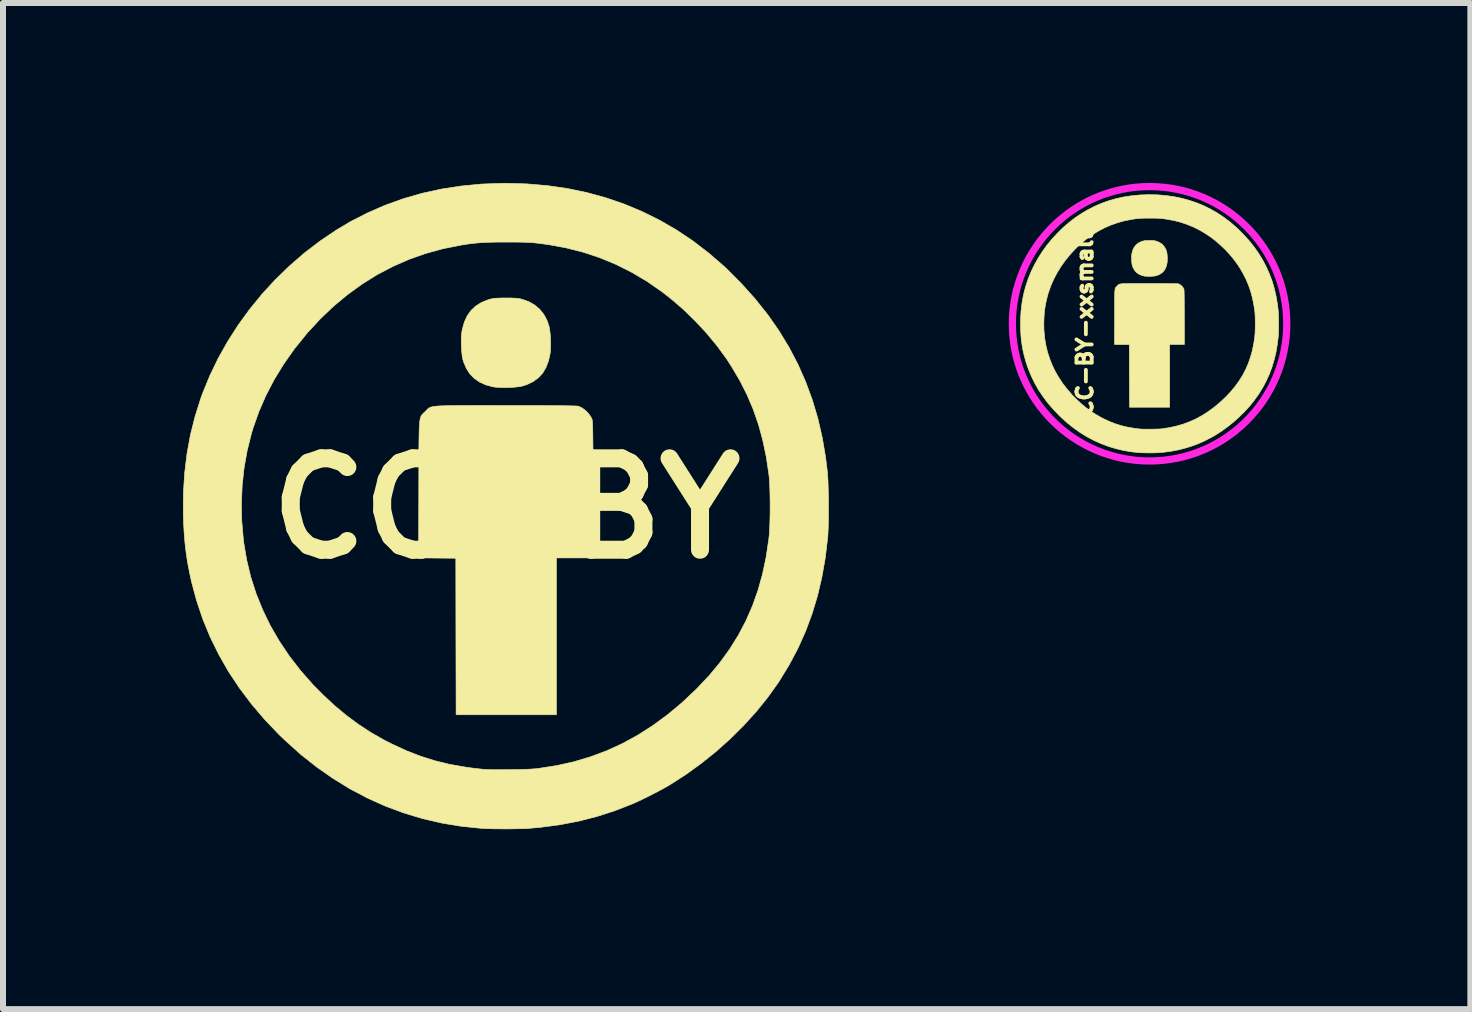
<source format=kicad_pcb>
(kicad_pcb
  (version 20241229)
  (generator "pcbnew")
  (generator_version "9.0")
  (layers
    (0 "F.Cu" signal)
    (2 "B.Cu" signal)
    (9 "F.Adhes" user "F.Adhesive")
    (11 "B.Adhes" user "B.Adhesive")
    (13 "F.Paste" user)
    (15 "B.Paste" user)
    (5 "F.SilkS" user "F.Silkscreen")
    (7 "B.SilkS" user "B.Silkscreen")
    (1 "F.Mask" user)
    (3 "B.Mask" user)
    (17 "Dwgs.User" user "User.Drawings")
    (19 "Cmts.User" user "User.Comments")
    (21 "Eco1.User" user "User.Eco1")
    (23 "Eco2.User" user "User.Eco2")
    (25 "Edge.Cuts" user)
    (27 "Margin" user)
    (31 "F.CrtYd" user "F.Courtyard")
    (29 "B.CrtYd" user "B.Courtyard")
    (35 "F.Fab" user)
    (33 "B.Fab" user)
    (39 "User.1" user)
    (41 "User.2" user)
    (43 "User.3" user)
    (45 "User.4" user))
  (footprint "CC-BY-xxsmall"
    (layer "F.Cu")
    (at 16.112 2.362)
    (property "Reference" "CC-BY-xxsmall" (at -1.079 -0.015 90) (layer "F.SilkS") (effects (font (size 0.254 0.254) (thickness 0.064))))
    (attr through_hole)
    (fp_poly (pts (xy 0.027 -1.403) (xy 0.05 -1.402) (xy 0.068 -1.401) (xy 0.082 -1.399) (xy 0.095 -1.397) (xy 0.106 -1.394) (xy 0.151 -1.377) (xy 0.191 -1.355) (xy 0.224 -1.326) (xy 0.251 -1.292) (xy 0.272 -1.252) (xy 0.286 -1.211) (xy 0.29 -1.189) (xy 0.293 -1.162) (xy 0.295 -1.131) (xy 0.296 -1.099) (xy 0.295 -1.069) (xy 0.294 -1.043) (xy 0.292 -1.033) (xy 0.282 -0.984) (xy 0.265 -0.94) (xy 0.243 -0.903) (xy 0.215 -0.872) (xy 0.18 -0.846) (xy 0.139 -0.826) (xy 0.106 -0.815) (xy 0.087 -0.811) (xy 0.063 -0.809) (xy 0.034 -0.807) (xy 0.004 -0.806) (xy -0.027 -0.806) (xy -0.055 -0.807) (xy -0.078 -0.809) (xy -0.089 -0.81) (xy -0.137 -0.824) (xy -0.178 -0.842) (xy -0.214 -0.867) (xy -0.243 -0.897) (xy -0.266 -0.933) (xy -0.284 -0.975) (xy -0.29 -0.995) (xy -0.294 -1.017) (xy -0.297 -1.046) (xy -0.299 -1.084) (xy -0.299 -1.088) (xy -0.3 -1.116) (xy -0.3 -1.138) (xy -0.299 -1.157) (xy -0.297 -1.174) (xy -0.293 -1.192) (xy -0.293 -1.195) (xy -0.28 -1.242) (xy -0.26 -1.284) (xy -0.235 -1.319) (xy -0.204 -1.349) (xy -0.167 -1.372) (xy -0.124 -1.39) (xy -0.111 -1.394) (xy -0.097 -1.397) (xy -0.084 -1.4) (xy -0.069 -1.401) (xy -0.05 -1.402) (xy -0.027 -1.403) (xy -0.002 -1.403) (xy 0.027 -1.403)) (stroke (width 0.01) (type solid)) (fill yes) (layer "F.SilkS"))
    (fp_poly (pts (xy -0.102 -0.686) (xy -0.03 -0.686) (xy -0.005 -0.686) (xy 0.078 -0.686) (xy 0.154 -0.686) (xy 0.222 -0.685) (xy 0.282 -0.685) (xy 0.334 -0.685) (xy 0.379 -0.684) (xy 0.415 -0.684) (xy 0.444 -0.683) (xy 0.464 -0.683) (xy 0.476 -0.682) (xy 0.479 -0.681) (xy 0.502 -0.671) (xy 0.525 -0.655) (xy 0.546 -0.634) (xy 0.563 -0.611) (xy 0.572 -0.593) (xy 0.573 -0.59) (xy 0.574 -0.583) (xy 0.574 -0.574) (xy 0.575 -0.561) (xy 0.576 -0.544) (xy 0.576 -0.523) (xy 0.577 -0.497) (xy 0.577 -0.466) (xy 0.578 -0.429) (xy 0.578 -0.386) (xy 0.578 -0.336) (xy 0.578 -0.279) (xy 0.579 -0.215) (xy 0.579 -0.143) (xy 0.579 -0.124) (xy 0.58 0.33) (xy 0.334 0.33) (xy 0.334 1.376) (xy -0.334 1.376) (xy -0.337 0.332) (xy -0.46 0.331) (xy -0.584 0.33) (xy -0.583 -0.124) (xy -0.583 -0.198) (xy -0.583 -0.264) (xy -0.583 -0.322) (xy -0.583 -0.374) (xy -0.582 -0.419) (xy -0.582 -0.458) (xy -0.581 -0.491) (xy -0.581 -0.519) (xy -0.58 -0.543) (xy -0.578 -0.563) (xy -0.577 -0.579) (xy -0.575 -0.592) (xy -0.572 -0.603) (xy -0.569 -0.611) (xy -0.566 -0.618) (xy -0.562 -0.624) (xy -0.558 -0.629) (xy -0.553 -0.634) (xy -0.547 -0.639) (xy -0.541 -0.645) (xy -0.54 -0.646) (xy -0.534 -0.652) (xy -0.529 -0.657) (xy -0.525 -0.662) (xy -0.52 -0.666) (xy -0.514 -0.67) (xy -0.508 -0.673) (xy -0.499 -0.676) (xy -0.489 -0.678) (xy -0.476 -0.68) (xy -0.461 -0.682) (xy -0.441 -0.683) (xy -0.418 -0.684) (xy -0.39 -0.685) (xy -0.357 -0.685) (xy -0.319 -0.686) (xy -0.275 -0.686) (xy -0.225 -0.686) (xy -0.167 -0.686) (xy -0.102 -0.686)) (stroke (width 0.01) (type solid)) (fill yes) (layer "F.SilkS"))
    (fp_poly (pts (xy 0.139 -2.164) (xy 0.276 -2.152) (xy 0.41 -2.133) (xy 0.54 -2.106) (xy 0.667 -2.071) (xy 0.79 -2.029) (xy 0.91 -1.979) (xy 1.026 -1.921) (xy 1.138 -1.856) (xy 1.247 -1.783) (xy 1.352 -1.703) (xy 1.453 -1.615) (xy 1.474 -1.595) (xy 1.572 -1.497) (xy 1.663 -1.396) (xy 1.745 -1.292) (xy 1.82 -1.185) (xy 1.887 -1.075) (xy 1.946 -0.962) (xy 1.998 -0.845) (xy 2.043 -0.725) (xy 2.08 -0.6) (xy 2.109 -0.472) (xy 2.132 -0.339) (xy 2.143 -0.244) (xy 2.146 -0.215) (xy 2.147 -0.179) (xy 2.149 -0.138) (xy 2.15 -0.093) (xy 2.151 -0.046) (xy 2.151 0.002) (xy 2.151 0.049) (xy 2.15 0.093) (xy 2.149 0.134) (xy 2.147 0.169) (xy 2.145 0.197) (xy 2.129 0.331) (xy 2.107 0.46) (xy 2.077 0.584) (xy 2.041 0.704) (xy 1.998 0.82) (xy 1.947 0.933) (xy 1.89 1.042) (xy 1.825 1.148) (xy 1.813 1.166) (xy 1.744 1.262) (xy 1.668 1.357) (xy 1.584 1.449) (xy 1.495 1.537) (xy 1.4 1.622) (xy 1.301 1.701) (xy 1.199 1.775) (xy 1.094 1.842) (xy 1.087 1.847) (xy 1.058 1.863) (xy 1.024 1.882) (xy 0.987 1.901) (xy 0.948 1.921) (xy 0.91 1.94) (xy 0.875 1.956) (xy 0.846 1.969) (xy 0.845 1.97) (xy 0.727 2.016) (xy 0.607 2.054) (xy 0.484 2.086) (xy 0.359 2.11) (xy 0.229 2.127) (xy 0.15 2.133) (xy 0.12 2.135) (xy 0.084 2.136) (xy 0.043 2.137) (xy -0.000039 2.137) (xy -0.044 2.137) (xy -0.085 2.136) (xy -0.124 2.135) (xy -0.156 2.134) (xy -0.165 2.133) (xy -0.298 2.12) (xy -0.428 2.098) (xy -0.556 2.068) (xy -0.681 2.031) (xy -0.803 1.985) (xy -0.922 1.932) (xy -1.038 1.871) (xy -1.151 1.802) (xy -1.261 1.725) (xy -1.368 1.64) (xy -1.471 1.548) (xy -1.513 1.507) (xy -1.609 1.406) (xy -1.698 1.303) (xy -1.778 1.196) (xy -1.851 1.086) (xy -1.915 0.973) (xy -1.972 0.856) (xy -2.021 0.737) (xy -2.063 0.614) (xy -2.097 0.487) (xy -2.11 0.427) (xy -2.122 0.361) (xy -2.132 0.297) (xy -2.14 0.233) (xy -2.145 0.166) (xy -2.149 0.095) (xy -2.151 0.034) (xy -2.151 -0.035) (xy -1.763 -0.035) (xy -1.761 0.085) (xy -1.751 0.204) (xy -1.748 0.229) (xy -1.728 0.344) (xy -1.701 0.458) (xy -1.665 0.568) (xy -1.622 0.677) (xy -1.571 0.782) (xy -1.511 0.885) (xy -1.444 0.985) (xy -1.369 1.081) (xy -1.287 1.175) (xy -1.22 1.242) (xy -1.142 1.315) (xy -1.064 1.38) (xy -0.985 1.439) (xy -0.902 1.493) (xy -0.816 1.542) (xy -0.762 1.571) (xy -0.666 1.615) (xy -0.571 1.652) (xy -0.476 1.682) (xy -0.378 1.706) (xy -0.276 1.724) (xy -0.226 1.731) (xy -0.2 1.734) (xy -0.178 1.737) (xy -0.159 1.739) (xy -0.141 1.74) (xy -0.123 1.741) (xy -0.104 1.742) (xy -0.082 1.742) (xy -0.056 1.742) (xy -0.025 1.742) (xy 0.014 1.742) (xy 0.026 1.742) (xy 0.077 1.741) (xy 0.12 1.74) (xy 0.157 1.739) (xy 0.188 1.737) (xy 0.214 1.734) (xy 0.218 1.734) (xy 0.337 1.715) (xy 0.452 1.689) (xy 0.564 1.656) (xy 0.672 1.616) (xy 0.777 1.568) (xy 0.879 1.512) (xy 0.979 1.448) (xy 1.076 1.377) (xy 1.172 1.297) (xy 1.265 1.21) (xy 1.275 1.2) (xy 1.355 1.115) (xy 1.427 1.028) (xy 1.492 0.938) (xy 1.55 0.846) (xy 1.6 0.75) (xy 1.644 0.651) (xy 1.68 0.547) (xy 1.711 0.439) (xy 1.735 0.325) (xy 1.753 0.206) (xy 1.754 0.199) (xy 1.756 0.17) (xy 1.759 0.135) (xy 1.76 0.094) (xy 1.761 0.05) (xy 1.762 0.003) (xy 1.762 -0.044) (xy 1.761 -0.09) (xy 1.76 -0.133) (xy 1.758 -0.173) (xy 1.756 -0.206) (xy 1.754 -0.224) (xy 1.736 -0.341) (xy 1.713 -0.452) (xy 1.684 -0.558) (xy 1.649 -0.66) (xy 1.607 -0.758) (xy 1.558 -0.854) (xy 1.503 -0.949) (xy 1.471 -0.997) (xy 1.408 -1.084) (xy 1.338 -1.169) (xy 1.262 -1.251) (xy 1.181 -1.328) (xy 1.097 -1.4) (xy 1.042 -1.444) (xy 0.943 -1.512) (xy 0.841 -1.573) (xy 0.735 -1.626) (xy 0.627 -1.671) (xy 0.516 -1.708) (xy 0.402 -1.737) (xy 0.297 -1.756) (xy 0.261 -1.762) (xy 0.231 -1.766) (xy 0.203 -1.769) (xy 0.177 -1.772) (xy 0.15 -1.773) (xy 0.122 -1.775) (xy 0.09 -1.775) (xy 0.053 -1.776) (xy 0.009 -1.776) (xy 0.002 -1.776) (xy -0.048 -1.776) (xy -0.091 -1.775) (xy -0.129 -1.774) (xy -0.163 -1.772) (xy -0.195 -1.769) (xy -0.227 -1.766) (xy -0.26 -1.761) (xy -0.296 -1.756) (xy -0.304 -1.754) (xy -0.422 -1.731) (xy -0.536 -1.699) (xy -0.647 -1.66) (xy -0.754 -1.613) (xy -0.858 -1.558) (xy -0.958 -1.496) (xy -1.055 -1.426) (xy -1.148 -1.349) (xy -1.237 -1.264) (xy -1.323 -1.171) (xy -1.331 -1.162) (xy -1.41 -1.064) (xy -1.481 -0.963) (xy -1.545 -0.859) (xy -1.6 -0.753) (xy -1.647 -0.645) (xy -1.686 -0.534) (xy -1.698 -0.496) (xy -1.725 -0.385) (xy -1.746 -0.271) (xy -1.758 -0.154) (xy -1.763 -0.035) (xy -2.151 -0.035) (xy -2.15 -0.103) (xy -2.142 -0.235) (xy -2.126 -0.365) (xy -2.103 -0.491) (xy -2.072 -0.615) (xy -2.033 -0.736) (xy -2.023 -0.765) (xy -1.975 -0.883) (xy -1.919 -0.999) (xy -1.855 -1.113) (xy -1.785 -1.223) (xy -1.708 -1.329) (xy -1.624 -1.43) (xy -1.535 -1.527) (xy -1.441 -1.619) (xy -1.341 -1.704) (xy -1.238 -1.784) (xy -1.13 -1.856) (xy -1.037 -1.911) (xy -0.923 -1.97) (xy -0.805 -2.021) (xy -0.684 -2.065) (xy -0.559 -2.101) (xy -0.431 -2.129) (xy -0.299 -2.149) (xy -0.164 -2.162) (xy -0.026 -2.167) (xy -0.002 -2.167) (xy 0.139 -2.164)) (stroke (width 0.01) (type solid)) (fill yes) (layer "F.SilkS"))
    (fp_circle (center 0 -0.015) (end -0.064 2.271) (stroke (width 0.12) (type solid)) (fill no) (layer "F.CrtYd")))
  (footprint "CC-BY"
    (layer "F.Cu")
    (at 5.389 5.424)
    (property "Reference" "CC-BY" (at 0 0 0) (layer "F.SilkS") (effects (font (size 1.524 1.524) (thickness 0.3))))
    (attr through_hole)
    (fp_poly (pts (xy 0.068 -3.507) (xy 0.124 -3.505) (xy 0.169 -3.502) (xy 0.205 -3.498) (xy 0.238 -3.492) (xy 0.266 -3.485) (xy 0.379 -3.444) (xy 0.477 -3.387) (xy 0.56 -3.316) (xy 0.628 -3.23) (xy 0.681 -3.13) (xy 0.715 -3.027) (xy 0.724 -2.973) (xy 0.732 -2.904) (xy 0.737 -2.827) (xy 0.739 -2.748) (xy 0.738 -2.672) (xy 0.734 -2.607) (xy 0.731 -2.583) (xy 0.704 -2.459) (xy 0.663 -2.351) (xy 0.608 -2.257) (xy 0.537 -2.179) (xy 0.45 -2.115) (xy 0.348 -2.065) (xy 0.265 -2.038) (xy 0.219 -2.029) (xy 0.157 -2.022) (xy 0.085 -2.017) (xy 0.009 -2.014) (xy -0.067 -2.014) (xy -0.136 -2.017) (xy -0.194 -2.022) (xy -0.222 -2.026) (xy -0.342 -2.059) (xy -0.446 -2.106) (xy -0.534 -2.167) (xy -0.607 -2.242) (xy -0.665 -2.332) (xy -0.71 -2.438) (xy -0.725 -2.487) (xy -0.735 -2.541) (xy -0.743 -2.616) (xy -0.748 -2.709) (xy -0.748 -2.72) (xy -0.75 -2.79) (xy -0.75 -2.846) (xy -0.747 -2.892) (xy -0.742 -2.934) (xy -0.734 -2.98) (xy -0.732 -2.987) (xy -0.699 -3.106) (xy -0.651 -3.209) (xy -0.588 -3.298) (xy -0.51 -3.372) (xy -0.417 -3.43) (xy -0.309 -3.475) (xy -0.277 -3.485) (xy -0.243 -3.493) (xy -0.21 -3.499) (xy -0.172 -3.503) (xy -0.126 -3.505) (xy -0.067 -3.507) (xy -0.005 -3.507) (xy 0.068 -3.507)) (stroke (width 0.01) (type solid)) (fill yes) (layer "F.SilkS"))
    (fp_poly (pts (xy -0.256 -1.715) (xy -0.075 -1.714) (xy -0.011 -1.714) (xy 0.196 -1.714) (xy 0.385 -1.714) (xy 0.555 -1.714) (xy 0.705 -1.713) (xy 0.836 -1.712) (xy 0.947 -1.711) (xy 1.039 -1.71) (xy 1.11 -1.708) (xy 1.16 -1.707) (xy 1.19 -1.705) (xy 1.198 -1.704) (xy 1.256 -1.679) (xy 1.313 -1.638) (xy 1.366 -1.586) (xy 1.408 -1.529) (xy 1.43 -1.484) (xy 1.432 -1.474) (xy 1.434 -1.458) (xy 1.436 -1.434) (xy 1.438 -1.402) (xy 1.439 -1.36) (xy 1.441 -1.307) (xy 1.442 -1.242) (xy 1.443 -1.164) (xy 1.444 -1.071) (xy 1.445 -0.964) (xy 1.445 -0.84) (xy 1.446 -0.698) (xy 1.447 -0.538) (xy 1.447 -0.357) (xy 1.447 -0.31) (xy 1.45 0.826) (xy 0.836 0.826) (xy 0.836 3.44) (xy -0.836 3.44) (xy -0.839 2.135) (xy -0.841 0.831) (xy -1.151 0.828) (xy -1.461 0.825) (xy -1.458 -0.31) (xy -1.458 -0.495) (xy -1.457 -0.659) (xy -1.457 -0.806) (xy -1.457 -0.934) (xy -1.456 -1.047) (xy -1.455 -1.144) (xy -1.453 -1.228) (xy -1.452 -1.299) (xy -1.449 -1.358) (xy -1.446 -1.408) (xy -1.442 -1.448) (xy -1.437 -1.481) (xy -1.431 -1.507) (xy -1.424 -1.529) (xy -1.415 -1.546) (xy -1.405 -1.56) (xy -1.394 -1.573) (xy -1.382 -1.585) (xy -1.367 -1.598) (xy -1.351 -1.614) (xy -1.35 -1.615) (xy -1.336 -1.63) (xy -1.323 -1.643) (xy -1.311 -1.655) (xy -1.299 -1.666) (xy -1.286 -1.675) (xy -1.269 -1.683) (xy -1.249 -1.69) (xy -1.223 -1.696) (xy -1.191 -1.701) (xy -1.151 -1.705) (xy -1.103 -1.708) (xy -1.045 -1.71) (xy -0.975 -1.712) (xy -0.893 -1.713) (xy -0.798 -1.714) (xy -0.688 -1.714) (xy -0.561 -1.715) (xy -0.418 -1.715) (xy -0.256 -1.715)) (stroke (width 0.01) (type solid)) (fill yes) (layer "F.SilkS"))
    (fp_poly (pts (xy 0.341 -5.409) (xy 0.683 -5.38) (xy 1.018 -5.332) (xy 1.344 -5.264) (xy 1.661 -5.177) (xy 1.969 -5.071) (xy 2.268 -4.946) (xy 2.559 -4.802) (xy 2.84 -4.639) (xy 3.112 -4.457) (xy 3.374 -4.256) (xy 3.627 -4.037) (xy 3.678 -3.989) (xy 3.924 -3.742) (xy 4.15 -3.49) (xy 4.357 -3.23) (xy 4.544 -2.963) (xy 4.711 -2.688) (xy 4.86 -2.405) (xy 4.989 -2.113) (xy 5.1 -1.812) (xy 5.193 -1.501) (xy 5.267 -1.18) (xy 5.323 -0.848) (xy 5.352 -0.61) (xy 5.358 -0.538) (xy 5.363 -0.448) (xy 5.366 -0.345) (xy 5.369 -0.233) (xy 5.371 -0.115) (xy 5.371 0.004) (xy 5.371 0.122) (xy 5.369 0.233) (xy 5.366 0.335) (xy 5.362 0.423) (xy 5.357 0.492) (xy 5.317 0.827) (xy 5.26 1.15) (xy 5.187 1.461) (xy 5.096 1.761) (xy 4.988 2.051) (xy 4.862 2.332) (xy 4.718 2.604) (xy 4.556 2.87) (xy 4.527 2.914) (xy 4.354 3.156) (xy 4.163 3.392) (xy 3.954 3.622) (xy 3.731 3.843) (xy 3.495 4.054) (xy 3.247 4.253) (xy 2.992 4.437) (xy 2.729 4.606) (xy 2.71 4.617) (xy 2.639 4.658) (xy 2.554 4.704) (xy 2.46 4.753) (xy 2.364 4.802) (xy 2.269 4.849) (xy 2.182 4.89) (xy 2.108 4.923) (xy 2.106 4.924) (xy 1.811 5.039) (xy 1.511 5.136) (xy 1.205 5.214) (xy 0.89 5.274) (xy 0.565 5.317) (xy 0.368 5.334) (xy 0.294 5.338) (xy 0.203 5.34) (xy 0.102 5.342) (xy -0.006 5.343) (xy -0.115 5.342) (xy -0.22 5.341) (xy -0.316 5.338) (xy -0.397 5.334) (xy -0.418 5.333) (xy -0.751 5.299) (xy -1.077 5.245) (xy -1.396 5.171) (xy -1.708 5.077) (xy -2.013 4.964) (xy -2.311 4.83) (xy -2.602 4.677) (xy -2.884 4.504) (xy -3.159 4.312) (xy -3.426 4.101) (xy -3.684 3.869) (xy -3.79 3.768) (xy -4.03 3.516) (xy -4.25 3.257) (xy -4.451 2.99) (xy -4.633 2.715) (xy -4.794 2.432) (xy -4.937 2.141) (xy -5.06 1.842) (xy -5.163 1.534) (xy -5.248 1.218) (xy -5.28 1.068) (xy -5.312 0.903) (xy -5.336 0.743) (xy -5.355 0.582) (xy -5.369 0.416) (xy -5.379 0.238) (xy -5.384 0.084) (xy -5.383 -0.087) (xy -4.415 -0.087) (xy -4.409 0.211) (xy -4.383 0.51) (xy -4.376 0.572) (xy -4.327 0.861) (xy -4.259 1.144) (xy -4.17 1.421) (xy -4.061 1.691) (xy -3.933 1.955) (xy -3.784 2.212) (xy -3.617 2.461) (xy -3.43 2.703) (xy -3.224 2.937) (xy -3.057 3.106) (xy -2.862 3.288) (xy -2.666 3.451) (xy -2.468 3.598) (xy -2.262 3.733) (xy -2.047 3.856) (xy -1.91 3.926) (xy -1.671 4.037) (xy -1.435 4.129) (xy -1.196 4.205) (xy -0.952 4.265) (xy -0.697 4.31) (xy -0.572 4.328) (xy -0.507 4.336) (xy -0.452 4.342) (xy -0.404 4.347) (xy -0.36 4.351) (xy -0.315 4.353) (xy -0.267 4.355) (xy -0.212 4.356) (xy -0.146 4.356) (xy -0.067 4.356) (xy 0.028 4.355) (xy 0.058 4.355) (xy 0.186 4.353) (xy 0.294 4.351) (xy 0.386 4.347) (xy 0.464 4.342) (xy 0.529 4.336) (xy 0.54 4.334) (xy 0.837 4.288) (xy 1.125 4.224) (xy 1.403 4.141) (xy 1.674 4.04) (xy 1.936 3.92) (xy 2.192 3.78) (xy 2.441 3.621) (xy 2.685 3.442) (xy 2.923 3.244) (xy 3.157 3.024) (xy 3.18 3.001) (xy 3.381 2.788) (xy 3.562 2.57) (xy 3.724 2.346) (xy 3.868 2.115) (xy 3.994 1.876) (xy 4.103 1.627) (xy 4.195 1.368) (xy 4.271 1.097) (xy 4.331 0.813) (xy 4.376 0.514) (xy 4.378 0.497) (xy 4.385 0.426) (xy 4.39 0.337) (xy 4.394 0.235) (xy 4.397 0.124) (xy 4.398 0.008) (xy 4.398 -0.11) (xy 4.396 -0.225) (xy 4.393 -0.333) (xy 4.389 -0.431) (xy 4.383 -0.515) (xy 4.378 -0.561) (xy 4.335 -0.852) (xy 4.277 -1.13) (xy 4.205 -1.395) (xy 4.117 -1.649) (xy 4.012 -1.896) (xy 3.89 -2.136) (xy 3.75 -2.372) (xy 3.671 -2.494) (xy 3.513 -2.71) (xy 3.338 -2.922) (xy 3.148 -3.126) (xy 2.947 -3.321) (xy 2.737 -3.501) (xy 2.598 -3.609) (xy 2.351 -3.781) (xy 2.095 -3.933) (xy 1.833 -4.065) (xy 1.562 -4.177) (xy 1.285 -4.269) (xy 0.999 -4.342) (xy 0.735 -4.391) (xy 0.648 -4.404) (xy 0.571 -4.414) (xy 0.502 -4.423) (xy 0.436 -4.429) (xy 0.369 -4.433) (xy 0.298 -4.436) (xy 0.218 -4.438) (xy 0.126 -4.439) (xy 0.017 -4.439) (xy 0 -4.439) (xy -0.125 -4.439) (xy -0.233 -4.437) (xy -0.328 -4.434) (xy -0.413 -4.43) (xy -0.494 -4.423) (xy -0.573 -4.415) (xy -0.656 -4.404) (xy -0.745 -4.39) (xy -0.767 -4.386) (xy -1.061 -4.327) (xy -1.347 -4.248) (xy -1.624 -4.15) (xy -1.892 -4.032) (xy -2.152 -3.896) (xy -2.402 -3.74) (xy -2.644 -3.565) (xy -2.877 -3.372) (xy -3.1 -3.159) (xy -3.314 -2.928) (xy -3.333 -2.905) (xy -3.531 -2.66) (xy -3.709 -2.407) (xy -3.868 -2.148) (xy -4.006 -1.883) (xy -4.124 -1.612) (xy -4.222 -1.335) (xy -4.25 -1.24) (xy -4.319 -0.963) (xy -4.37 -0.676) (xy -4.402 -0.384) (xy -4.415 -0.087) (xy -5.383 -0.087) (xy -5.382 -0.257) (xy -5.361 -0.589) (xy -5.322 -0.912) (xy -5.264 -1.228) (xy -5.186 -1.537) (xy -5.09 -1.84) (xy -5.064 -1.912) (xy -4.943 -2.208) (xy -4.803 -2.499) (xy -4.644 -2.782) (xy -4.468 -3.057) (xy -4.275 -3.322) (xy -4.067 -3.576) (xy -3.844 -3.818) (xy -3.608 -4.046) (xy -3.36 -4.261) (xy -3.1 -4.459) (xy -2.83 -4.641) (xy -2.598 -4.779) (xy -2.313 -4.925) (xy -2.019 -5.053) (xy -1.716 -5.162) (xy -1.404 -5.252) (xy -1.084 -5.322) (xy -0.754 -5.373) (xy -0.416 -5.406) (xy -0.07 -5.418) (xy -0.011 -5.419) (xy 0.341 -5.409)) (stroke (width 0.01) (type solid)) (fill yes) (layer "F.SilkS")))
  (gr_rect
    (start -3 -3)
    (end 21.459 13.771)
    (stroke (width 0.1) (type default))
    (fill no)
    (layer "Edge.Cuts")))
</source>
